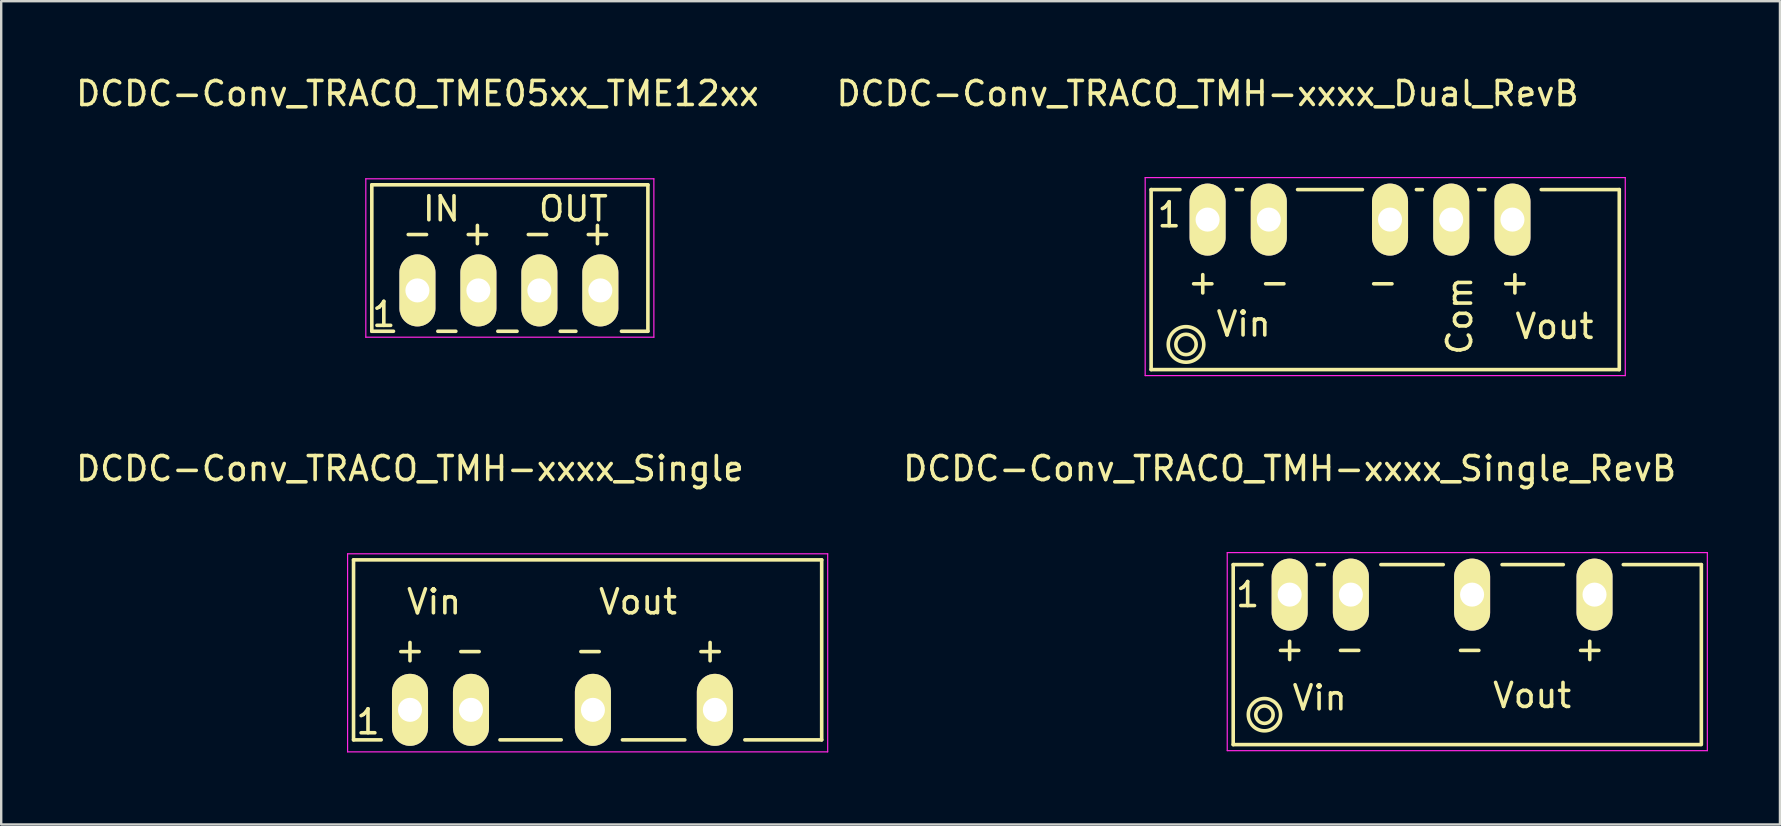
<source format=kicad_pcb>
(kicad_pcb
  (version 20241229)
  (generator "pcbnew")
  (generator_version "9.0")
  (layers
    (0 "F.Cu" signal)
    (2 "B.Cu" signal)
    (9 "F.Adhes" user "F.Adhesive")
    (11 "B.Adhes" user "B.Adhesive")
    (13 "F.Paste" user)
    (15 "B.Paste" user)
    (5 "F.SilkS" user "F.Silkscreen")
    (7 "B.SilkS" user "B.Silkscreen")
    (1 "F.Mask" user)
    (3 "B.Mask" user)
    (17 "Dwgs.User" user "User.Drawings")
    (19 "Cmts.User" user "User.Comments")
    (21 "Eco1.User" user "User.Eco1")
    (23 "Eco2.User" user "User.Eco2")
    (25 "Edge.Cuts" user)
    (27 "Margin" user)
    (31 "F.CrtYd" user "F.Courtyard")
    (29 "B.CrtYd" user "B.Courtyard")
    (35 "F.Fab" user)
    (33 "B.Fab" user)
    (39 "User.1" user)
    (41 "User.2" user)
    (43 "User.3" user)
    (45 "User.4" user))
  (footprint "DCDC-Conv_TRACO_TME05xx_TME12xx"
    (layer "F.Cu")
    (at 14.339 9.048)
    (property "Reference" "DCDC-Conv_TRACO_TME05xx_TME12xx" (at 0 -8.2 0) (layer "F.SilkS") (effects (font (size 1 1) (thickness 0.15))))
    (attr through_hole)
    (fp_line (start -1.9 -4.399) (end -1.9 1.702) (stroke (width 0.15) (type solid)) (layer "F.SilkS"))
    (fp_line (start -0.998 1.702) (end -1.9 1.702) (stroke (width 0.15) (type solid)) (layer "F.SilkS"))
    (fp_line (start 1.6 1.702) (end 0.851 1.702) (stroke (width 0.15) (type solid)) (layer "F.SilkS"))
    (fp_line (start 4.15 1.702) (end 3.35 1.702) (stroke (width 0.15) (type solid)) (layer "F.SilkS"))
    (fp_line (start 6.601 1.702) (end 5.951 1.702) (stroke (width 0.15) (type solid)) (layer "F.SilkS"))
    (fp_line (start 9.601 -4.399) (end -1.9 -4.399) (stroke (width 0.15) (type solid)) (layer "F.SilkS"))
    (fp_line (start 9.601 1.702) (end 8.501 1.702) (stroke (width 0.15) (type solid)) (layer "F.SilkS"))
    (fp_line (start 9.601 1.702) (end 9.601 -4.399) (stroke (width 0.15) (type solid)) (layer "F.SilkS"))
    (fp_line (start -2.15 -4.65) (end -2.15 1.95) (stroke (width 0.05) (type solid)) (layer "F.CrtYd"))
    (fp_line (start -2.15 -4.65) (end 9.85 -4.65) (stroke (width 0.05) (type solid)) (layer "F.CrtYd"))
    (fp_line (start -2.15 1.95) (end 9.85 1.95) (stroke (width 0.05) (type solid)) (layer "F.CrtYd"))
    (fp_line (start 9.85 -4.65) (end 9.85 1.95) (stroke (width 0.05) (type solid)) (layer "F.CrtYd"))
    (fp_text user "-" (at -0.001 -2.401 0) (layer "F.SilkS") (effects (font (size 1 1) (thickness 0.15))))
    (fp_text user "OUT" (at 6.499 -3.399 0) (layer "F.SilkS") (effects (font (size 1 1) (thickness 0.15))))
    (fp_text user "IN" (at 1 -3.399 0) (layer "F.SilkS") (effects (font (size 1 1) (thickness 0.15))))
    (fp_text user "+" (at 7.5 -2.401 0) (layer "F.SilkS") (effects (font (size 1 1) (thickness 0.15))))
    (fp_text user "+" (at 2.499 -2.401 0) (layer "F.SilkS") (effects (font (size 1 1) (thickness 0.15))))
    (fp_text user "1" (at -1.4 1 0) (layer "F.SilkS") (effects (font (size 1 1) (thickness 0.15))))
    (fp_text user "-" (at 5.001 -2.401 0) (layer "F.SilkS") (effects (font (size 1 1) (thickness 0.15))))
    (pad "1" thru_hole oval (at 0 0) (size 1.501 3) (drill 1.001) (layers "*.Cu" "*.Mask" "F.SilkS"))
    (pad "2" thru_hole oval (at 2.54 0) (size 1.501 3) (drill 1.001) (layers "*.Cu" "*.Mask" "F.SilkS"))
    (pad "3" thru_hole oval (at 5.08 0) (size 1.501 3) (drill 1.001) (layers "*.Cu" "*.Mask" "F.SilkS"))
    (pad "4" thru_hole oval (at 7.62 0) (size 1.501 3) (drill 1.001) (layers "*.Cu" "*.Mask" "F.SilkS")))
  (footprint "DCDC-Conv_TRACO_TMH-xxxx_Single"
    (layer "F.Cu")
    (at 14.03 26.521)
    (property "Reference" "DCDC-Conv_TRACO_TMH-xxxx_Single" (at 0 -10.05 0) (layer "F.SilkS") (effects (font (size 1 1) (thickness 0.15))))
    (attr through_hole)
    (fp_line (start -2.352 -6.248) (end -2.352 1.25) (stroke (width 0.15) (type solid)) (layer "F.SilkS"))
    (fp_line (start -1.201 1.25) (end -2.352 1.25) (stroke (width 0.15) (type solid)) (layer "F.SilkS"))
    (fp_line (start 6.299 1.25) (end 3.749 1.25) (stroke (width 0.15) (type solid)) (layer "F.SilkS"))
    (fp_line (start 11.448 1.25) (end 8.849 1.25) (stroke (width 0.15) (type solid)) (layer "F.SilkS"))
    (fp_line (start 17.15 -6.248) (end -2.352 -6.248) (stroke (width 0.15) (type solid)) (layer "F.SilkS"))
    (fp_line (start 17.15 1.25) (end 13.95 1.25) (stroke (width 0.15) (type solid)) (layer "F.SilkS"))
    (fp_line (start 17.15 1.25) (end 17.15 -6.248) (stroke (width 0.15) (type solid)) (layer "F.SilkS"))
    (fp_line (start -2.6 -6.5) (end -2.6 1.75) (stroke (width 0.05) (type solid)) (layer "F.CrtYd"))
    (fp_line (start -2.6 -6.5) (end 17.4 -6.5) (stroke (width 0.05) (type solid)) (layer "F.CrtYd"))
    (fp_line (start -2.6 1.75) (end 17.4 1.75) (stroke (width 0.05) (type solid)) (layer "F.CrtYd"))
    (fp_line (start 17.4 -6.5) (end 17.4 1.75) (stroke (width 0.05) (type solid)) (layer "F.CrtYd"))
    (fp_text user "Vout" (at 9.499 -4.499 0) (layer "F.SilkS") (effects (font (size 1 1) (thickness 0.15))))
    (fp_text user "Vin" (at 1 -4.499 0) (layer "F.SilkS") (effects (font (size 1 1) (thickness 0.15))))
    (fp_text user "+" (at 12.501 -2.5 0) (layer "F.SilkS") (effects (font (size 1 1) (thickness 0.15))))
    (fp_text user "1" (at -1.75 0.5 0) (layer "F.SilkS") (effects (font (size 1 1) (thickness 0.15))))
    (fp_text user "+" (at -0.001 -2.5 0) (layer "F.SilkS") (effects (font (size 1 1) (thickness 0.15))))
    (fp_text user "-" (at 7.5 -2.5 0) (layer "F.SilkS") (effects (font (size 1 1) (thickness 0.15))))
    (fp_text user "-" (at 2.499 -2.5 0) (layer "F.SilkS") (effects (font (size 1 1) (thickness 0.15))))
    (pad "1" thru_hole oval (at 0 0) (size 1.501 3) (drill 1.001) (layers "*.Cu" "*.Mask" "F.SilkS"))
    (pad "2" thru_hole oval (at 2.54 0) (size 1.501 3) (drill 1.001) (layers "*.Cu" "*.Mask" "F.SilkS"))
    (pad "4" thru_hole oval (at 7.62 0) (size 1.501 3) (drill 1.001) (layers "*.Cu" "*.Mask" "F.SilkS"))
    (pad "6" thru_hole oval (at 12.7 0) (size 1.501 3) (drill 1.001) (layers "*.Cu" "*.Mask" "F.SilkS")))
  (footprint "DCDC-Conv_TRACO_TMH-xxxx_Dual_RevB"
    (layer "F.Cu")
    (at 47.256 6.098)
    (property "Reference" "DCDC-Conv_TRACO_TMH-xxxx_Dual_RevB" (at 0 -5.25 0) (layer "F.SilkS") (effects (font (size 1 1) (thickness 0.15))))
    (attr through_hole)
    (fp_line (start -2.352 -1.25) (end -2.352 6.248) (stroke (width 0.15) (type solid)) (layer "F.SilkS"))
    (fp_line (start -2.352 6.248) (end 17.15 6.248) (stroke (width 0.15) (type solid)) (layer "F.SilkS"))
    (fp_line (start -1.151 -1.25) (end -2.352 -1.25) (stroke (width 0.15) (type solid)) (layer "F.SilkS"))
    (fp_line (start 1.448 -1.25) (end 1.199 -1.25) (stroke (width 0.15) (type solid)) (layer "F.SilkS"))
    (fp_line (start 6.449 -1.25) (end 3.749 -1.25) (stroke (width 0.15) (type solid)) (layer "F.SilkS"))
    (fp_line (start 8.948 -1.25) (end 8.7 -1.25) (stroke (width 0.15) (type solid)) (layer "F.SilkS"))
    (fp_line (start 11.549 -1.25) (end 11.298 -1.25) (stroke (width 0.15) (type solid)) (layer "F.SilkS"))
    (fp_line (start 17.15 -1.25) (end 13.899 -1.25) (stroke (width 0.15) (type solid)) (layer "F.SilkS"))
    (fp_line (start 17.15 6.248) (end 17.15 -1.25) (stroke (width 0.15) (type solid)) (layer "F.SilkS"))
    (fp_circle (center -0.899 5.201) (end -0.6 5.501) (stroke (width 0.15) (type solid)) (fill no) (layer "F.SilkS"))
    (fp_circle (center -0.899 5.201) (end -0.351 5.699) (stroke (width 0.15) (type solid)) (fill no) (layer "F.SilkS"))
    (fp_line (start -2.6 -1.75) (end -2.6 6.5) (stroke (width 0.05) (type solid)) (layer "F.CrtYd"))
    (fp_line (start -2.6 -1.75) (end 17.4 -1.75) (stroke (width 0.05) (type solid)) (layer "F.CrtYd"))
    (fp_line (start -2.6 6.5) (end 17.4 6.5) (stroke (width 0.05) (type solid)) (layer "F.CrtYd"))
    (fp_line (start 17.4 -1.75) (end 17.4 6.5) (stroke (width 0.05) (type solid)) (layer "F.CrtYd"))
    (fp_text user "Vout" (at 14.45 4.449 0) (layer "F.SilkS") (effects (font (size 1 1) (thickness 0.15))))
    (fp_text user "Com" (at 10.5 4 90) (layer "F.SilkS") (effects (font (size 1 1) (thickness 0.15))))
    (fp_text user "-" (at 7.3 2.6 0) (layer "F.SilkS") (effects (font (size 1 1) (thickness 0.15))))
    (fp_text user "Vin" (at 1.501 4.35 0) (layer "F.SilkS") (effects (font (size 1 1) (thickness 0.15))))
    (fp_text user "+" (at -0.201 2.6 0) (layer "F.SilkS") (effects (font (size 1 1) (thickness 0.15))))
    (fp_text user "-" (at 2.799 2.6 0) (layer "F.SilkS") (effects (font (size 1 1) (thickness 0.15))))
    (fp_text user "+" (at 12.801 2.6 0) (layer "F.SilkS") (effects (font (size 1 1) (thickness 0.15))))
    (fp_text user "1" (at -1.6 -0.2 0) (layer "F.SilkS") (effects (font (size 1 1) (thickness 0.15))))
    (pad "1" thru_hole oval (at 0 0) (size 1.501 3) (drill 1.001) (layers "*.Cu" "*.Mask" "F.SilkS"))
    (pad "2" thru_hole oval (at 2.55 0) (size 1.501 3) (drill 1.001) (layers "*.Cu" "*.Mask" "F.SilkS"))
    (pad "4" thru_hole oval (at 7.6 0) (size 1.501 3) (drill 1.001) (layers "*.Cu" "*.Mask" "F.SilkS"))
    (pad "5" thru_hole oval (at 10.15 0) (size 1.501 3) (drill 1.001) (layers "*.Cu" "*.Mask" "F.SilkS"))
    (pad "6" thru_hole oval (at 12.7 0) (size 1.501 3) (drill 1.001) (layers "*.Cu" "*.Mask" "F.SilkS")))
  (footprint "DCDC-Conv_TRACO_TMH-xxxx_Single_RevB"
    (layer "F.Cu")
    (at 50.675 21.721)
    (property "Reference" "DCDC-Conv_TRACO_TMH-xxxx_Single_RevB" (at 0 -5.25 0) (layer "F.SilkS") (effects (font (size 1 1) (thickness 0.15))))
    (attr through_hole)
    (fp_line (start -2.352 -1.25) (end -2.352 6.248) (stroke (width 0.15) (type solid)) (layer "F.SilkS"))
    (fp_line (start -2.352 6.248) (end 17.099 6.248) (stroke (width 0.15) (type solid)) (layer "F.SilkS"))
    (fp_line (start -1.151 -1.25) (end -2.352 -1.25) (stroke (width 0.15) (type solid)) (layer "F.SilkS"))
    (fp_line (start 1.448 -1.25) (end 1.148 -1.25) (stroke (width 0.15) (type solid)) (layer "F.SilkS"))
    (fp_line (start 6.398 -1.25) (end 3.8 -1.25) (stroke (width 0.15) (type solid)) (layer "F.SilkS"))
    (fp_line (start 11.399 -1.25) (end 8.849 -1.25) (stroke (width 0.15) (type solid)) (layer "F.SilkS"))
    (fp_line (start 17.15 -1.25) (end 13.899 -1.25) (stroke (width 0.15) (type solid)) (layer "F.SilkS"))
    (fp_line (start 17.15 6.248) (end 17.15 -1.25) (stroke (width 0.15) (type solid)) (layer "F.SilkS"))
    (fp_circle (center -1.05 5.001) (end -0.951 5.349) (stroke (width 0.15) (type solid)) (fill no) (layer "F.SilkS"))
    (fp_circle (center -1.05 5.001) (end -0.549 5.45) (stroke (width 0.15) (type solid)) (fill no) (layer "F.SilkS"))
    (fp_line (start -2.6 -1.75) (end -2.6 6.5) (stroke (width 0.05) (type solid)) (layer "F.CrtYd"))
    (fp_line (start -2.6 -1.75) (end 17.4 -1.75) (stroke (width 0.05) (type solid)) (layer "F.CrtYd"))
    (fp_line (start -2.6 6.5) (end 17.4 6.5) (stroke (width 0.05) (type solid)) (layer "F.CrtYd"))
    (fp_line (start 17.4 -1.75) (end 17.4 6.5) (stroke (width 0.05) (type solid)) (layer "F.CrtYd"))
    (fp_text user "-" (at 2.499 2.25 0) (layer "F.SilkS") (effects (font (size 1 1) (thickness 0.15))))
    (fp_text user "-" (at 7.5 2.25 0) (layer "F.SilkS") (effects (font (size 1 1) (thickness 0.15))))
    (fp_text user "Vout" (at 10.101 4.201 0) (layer "F.SilkS") (effects (font (size 1 1) (thickness 0.15))))
    (fp_text user "1" (at -1.75 0 0) (layer "F.SilkS") (effects (font (size 1 1) (thickness 0.15))))
    (fp_text user "+" (at 12.501 2.25 0) (layer "F.SilkS") (effects (font (size 1 1) (thickness 0.15))))
    (fp_text user "+" (at -0.001 2.25 0) (layer "F.SilkS") (effects (font (size 1 1) (thickness 0.15))))
    (fp_text user "Vin" (at 1.249 4.3 0) (layer "F.SilkS") (effects (font (size 1 1) (thickness 0.15))))
    (pad "1" thru_hole oval (at 0 0) (size 1.501 3) (drill 1.001) (layers "*.Cu" "*.Mask" "F.SilkS"))
    (pad "2" thru_hole oval (at 2.55 0) (size 1.501 3) (drill 1.001) (layers "*.Cu" "*.Mask" "F.SilkS"))
    (pad "4" thru_hole oval (at 7.6 0) (size 1.501 3) (drill 1.001) (layers "*.Cu" "*.Mask" "F.SilkS"))
    (pad "6" thru_hole oval (at 12.7 0) (size 1.501 3) (drill 1.001) (layers "*.Cu" "*.Mask" "F.SilkS")))
  (gr_rect
    (start -3 -3)
    (end 71.1 31.297)
    (stroke (width 0.1) (type default))
    (fill no)
    (layer "Edge.Cuts")))
</source>
